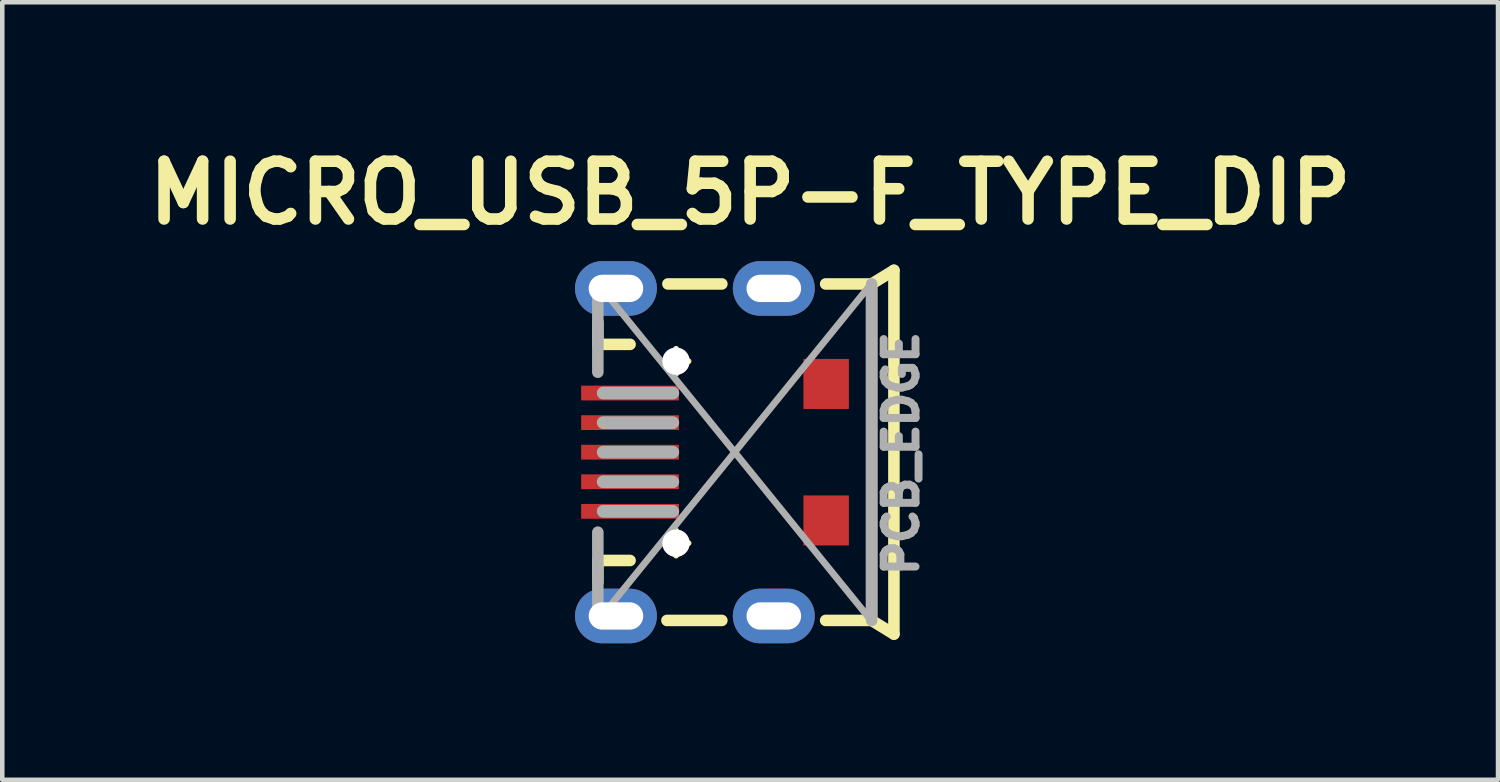
<source format=kicad_pcb>
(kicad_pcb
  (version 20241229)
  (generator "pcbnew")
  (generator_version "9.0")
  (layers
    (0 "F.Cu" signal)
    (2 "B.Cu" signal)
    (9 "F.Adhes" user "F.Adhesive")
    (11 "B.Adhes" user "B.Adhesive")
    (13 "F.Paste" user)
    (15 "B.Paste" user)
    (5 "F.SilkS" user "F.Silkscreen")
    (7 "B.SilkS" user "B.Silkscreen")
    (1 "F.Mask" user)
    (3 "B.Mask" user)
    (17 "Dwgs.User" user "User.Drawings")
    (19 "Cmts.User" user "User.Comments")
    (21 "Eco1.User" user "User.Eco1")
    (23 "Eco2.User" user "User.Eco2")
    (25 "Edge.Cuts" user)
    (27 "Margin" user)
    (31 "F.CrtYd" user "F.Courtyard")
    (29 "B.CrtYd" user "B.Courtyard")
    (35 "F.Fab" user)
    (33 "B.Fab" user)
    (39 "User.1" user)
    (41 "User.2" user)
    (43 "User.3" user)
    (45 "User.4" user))
  (footprint "MICRO_USB_5P-F_TYPE_DIP"
    (layer "F.Cu")
    (at 13.098 6.889)
    (property "Reference" "MICRO_USB_5P-F_TYPE_DIP" (at 0.34 -5.7 0) (layer "F.SilkS") (effects (font (size 1.27 1.27) (thickness 0.254))))
    (attr smd)
    (fp_line (start -3.008 -2.37) (end -3.008 -2.857) (stroke (width 0.254) (type solid)) (layer "F.SilkS"))
    (fp_line (start -3.008 -2.37) (end -2.299 -2.37) (stroke (width 0.254) (type solid)) (layer "F.SilkS"))
    (fp_line (start -3.008 2.38) (end -3.008 2.857) (stroke (width 0.254) (type solid)) (layer "F.SilkS"))
    (fp_line (start -3.008 2.38) (end -2.299 2.38) (stroke (width 0.254) (type solid)) (layer "F.SilkS"))
    (fp_line (start -1.565 -1.999) (end -1.014 -1.999) (stroke (width 0.127) (type solid)) (layer "F.SilkS"))
    (fp_line (start -1.565 1.999) (end -1.014 1.999) (stroke (width 0.127) (type solid)) (layer "F.SilkS"))
    (fp_line (start -1.489 3.698) (end -0.282 3.698) (stroke (width 0.254) (type solid)) (layer "F.SilkS"))
    (fp_line (start -1.468 -3.698) (end -0.282 -3.698) (stroke (width 0.254) (type solid)) (layer "F.SilkS"))
    (fp_line (start -1.288 -1.725) (end -1.288 -2.273) (stroke (width 0.127) (type solid)) (layer "F.SilkS"))
    (fp_line (start -1.288 2.273) (end -1.288 1.725) (stroke (width 0.127) (type solid)) (layer "F.SilkS"))
    (fp_line (start 1.999 3.698) (end 3.01 3.698) (stroke (width 0.254) (type solid)) (layer "F.SilkS"))
    (fp_line (start 3.01 -3.698) (end 1.999 -3.698) (stroke (width 0.254) (type solid)) (layer "F.SilkS"))
    (fp_line (start 3.01 -3.698) (end 3.5 -3.998) (stroke (width 0.254) (type solid)) (layer "F.SilkS"))
    (fp_line (start 3.01 -3.599) (end 3.01 3.599) (stroke (width 0.254) (type solid)) (layer "F.SilkS"))
    (fp_line (start 3.01 3.698) (end 3.5 3.998) (stroke (width 0.254) (type solid)) (layer "F.SilkS"))
    (fp_line (start 3.5 -3.998) (end 3.5 3.998) (stroke (width 0.254) (type solid)) (layer "F.SilkS"))
    (fp_circle (center -1.288 -1.999) (end -1.425 -2.136) (stroke (width 0.127) (type solid)) (fill no) (layer "F.SilkS"))
    (fp_circle (center -1.288 1.999) (end -1.425 2.136) (stroke (width 0.127) (type solid)) (fill no) (layer "F.SilkS"))
    (fp_line (start -3.008 -3.698) (end -3.008 -1.758) (stroke (width 0.254) (type solid)) (layer "F.Fab"))
    (fp_line (start -3.008 3.698) (end -3.008 1.758) (stroke (width 0.254) (type solid)) (layer "F.Fab"))
    (fp_line (start -3 -3.7) (end 3 3.7) (stroke (width 0.15) (type solid)) (layer "F.Fab"))
    (fp_line (start -2.89 -1.3) (end -1.36 -1.3) (stroke (width 0.28) (type solid)) (layer "F.Fab"))
    (fp_line (start -2.89 -0.65) (end -1.36 -0.65) (stroke (width 0.28) (type solid)) (layer "F.Fab"))
    (fp_line (start -2.89 0) (end -1.36 0) (stroke (width 0.28) (type solid)) (layer "F.Fab"))
    (fp_line (start -2.89 0.65) (end -1.36 0.65) (stroke (width 0.28) (type solid)) (layer "F.Fab"))
    (fp_line (start -2.89 1.3) (end -1.36 1.3) (stroke (width 0.28) (type solid)) (layer "F.Fab"))
    (fp_line (start 3 -3.7) (end -3 3.7) (stroke (width 0.15) (type solid)) (layer "F.Fab"))
    (fp_line (start 3.01 3.698) (end 3.01 -3.698) (stroke (width 0.254) (type solid)) (layer "F.Fab"))
    (fp_text user "PCB_EDGE" (at 3.66 0.03 90) (layer "F.Fab") (effects (font (size 0.7 0.7) (thickness 0.175))))
    (pad "D+" smd rect (at -2.3 0 180) (size 2.15 0.325) (layers "F.Cu" "F.Mask" "F.Paste"))
    (pad "D-" smd rect (at -2.3 0.65 180) (size 2.15 0.325) (layers "F.Cu" "F.Mask" "F.Paste"))
    (pad "GND" smd rect (at -2.3 -1.3 180) (size 2.15 0.325) (layers "F.Cu" "F.Mask" "F.Paste"))
    (pad "ID" smd rect (at -2.3 -0.65 180) (size 2.15 0.325) (layers "F.Cu" "F.Mask" "F.Paste"))
    (pad "SH1" smd rect (at 2.01 1.5 90) (size 1.1 1) (layers "F.Cu" "F.Mask" "F.Paste"))
    (pad "SH2" smd rect (at 2.01 -1.5 90) (size 1.1 1) (layers "F.Cu" "F.Mask" "F.Paste"))
    (pad "SH3" thru_hole oval (at 0.86 -3.6 90) (size 1.2 1.8) (drill oval 0.6 1.2) (layers "*.Cu" "*.Mask"))
    (pad "SH4" thru_hole oval (at 0.86 3.6 90) (size 1.2 1.8) (drill oval 0.6 1.2) (layers "*.Cu" "*.Mask"))
    (pad "SH5" thru_hole oval (at -2.61 -3.6 90) (size 1.2 1.8) (drill oval 0.6 1.2) (layers "*.Cu" "*.Mask"))
    (pad "SH6" thru_hole oval (at -2.61 3.6 90) (size 1.2 1.8) (drill oval 0.6 1.2) (layers "*.Cu" "*.Mask"))
    (pad "VBUS" smd rect (at -2.3 1.3 180) (size 2.15 0.325) (layers "F.Cu" "F.Mask" "F.Paste"))
    (pad "dril" thru_hole circle (at -1.29 -2 180) (size 0.6 0.6) (drill 0.6) (layers "*.Cu" "*.Mask"))
    (pad "dril" thru_hole circle (at -1.29 2 180) (size 0.6 0.6) (drill 0.6) (layers "*.Cu" "*.Mask")))
  (gr_rect
    (start -3 -3)
    (end 29.876 14.089)
    (stroke (width 0.1) (type default))
    (fill no)
    (layer "Edge.Cuts")))
</source>
